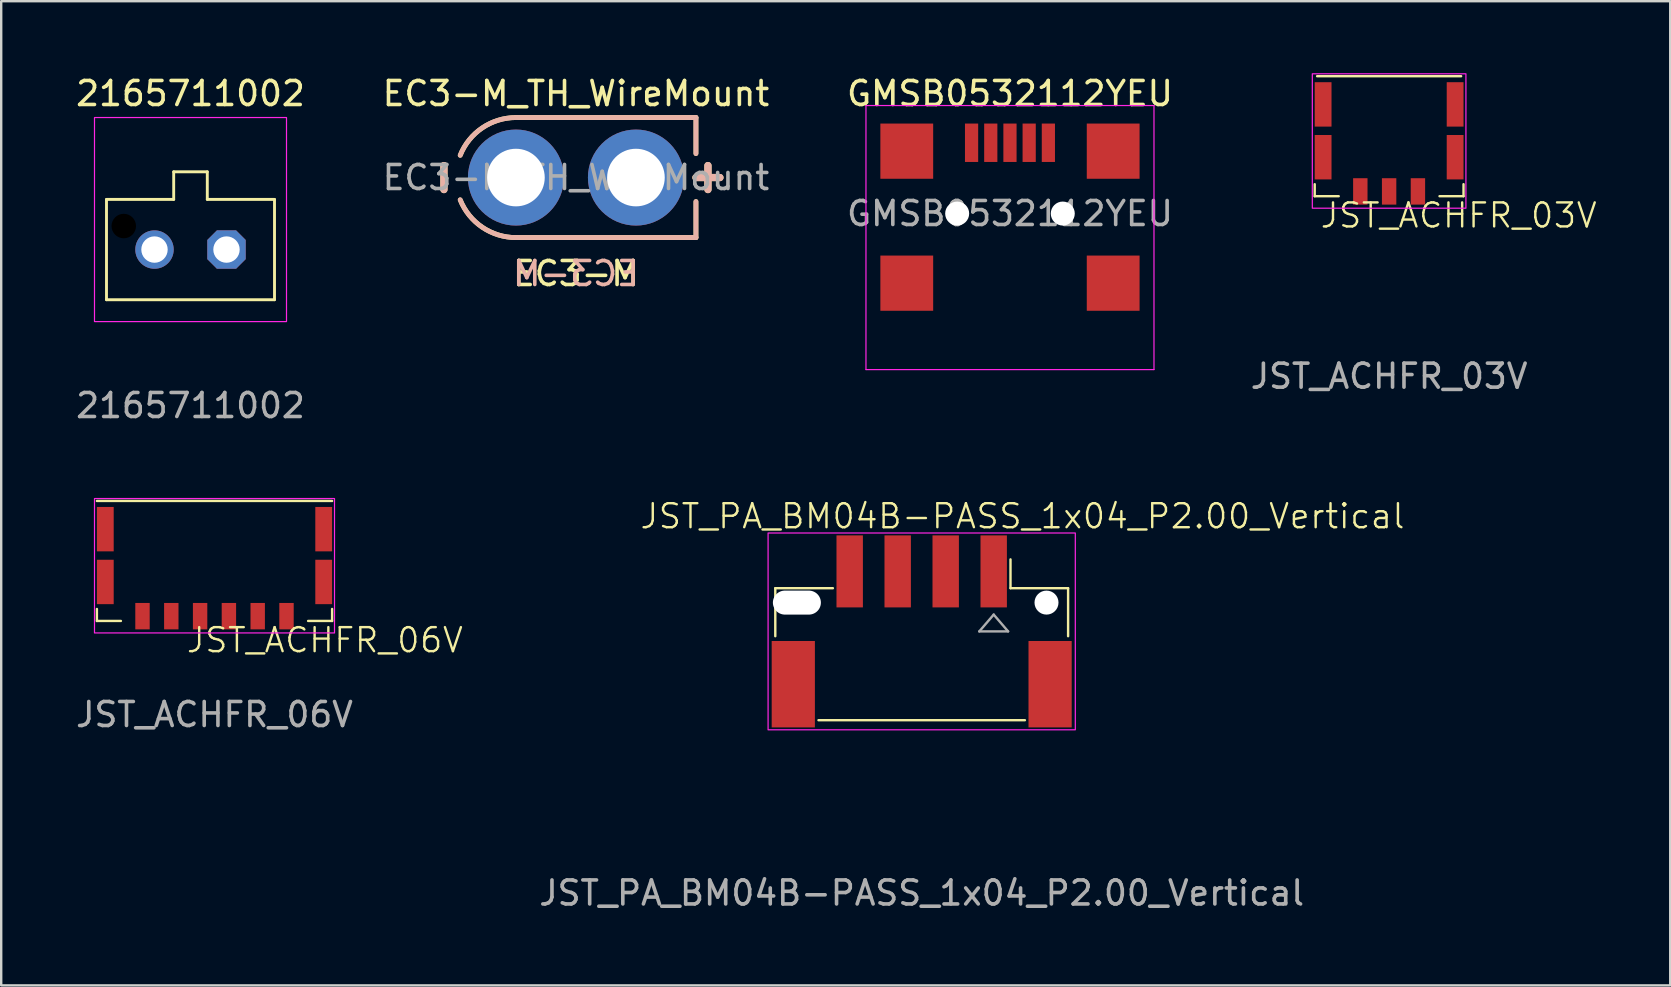
<source format=kicad_pcb>
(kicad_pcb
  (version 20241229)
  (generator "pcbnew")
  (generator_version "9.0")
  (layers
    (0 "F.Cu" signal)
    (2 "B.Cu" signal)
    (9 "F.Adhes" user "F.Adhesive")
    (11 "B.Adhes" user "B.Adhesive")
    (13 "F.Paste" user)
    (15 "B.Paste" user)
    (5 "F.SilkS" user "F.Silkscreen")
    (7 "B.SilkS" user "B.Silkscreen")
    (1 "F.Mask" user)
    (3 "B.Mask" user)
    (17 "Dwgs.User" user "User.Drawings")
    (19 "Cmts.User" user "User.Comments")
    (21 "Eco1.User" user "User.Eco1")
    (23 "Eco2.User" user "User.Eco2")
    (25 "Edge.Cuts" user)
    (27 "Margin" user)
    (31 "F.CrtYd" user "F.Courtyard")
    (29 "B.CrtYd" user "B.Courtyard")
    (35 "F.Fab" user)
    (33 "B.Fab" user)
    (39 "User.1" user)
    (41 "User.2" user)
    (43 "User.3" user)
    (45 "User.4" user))
  (footprint "EC3-M_TH_WireMount"
    (layer "F.Cu")
    (at 20.946 4.348)
    (property "Reference" "EC3-M_TH_WireMount" (at 0 -3.5 0) (layer "F.SilkS") (effects (font (size 1 1) (thickness 0.15))))
    (attr through_hole exclude_from_pos_files)
    (fp_line (start -5.5 -0.5) (end -5.5 0.5) (stroke (width 0.3) (type solid)) (layer "F.SilkS"))
    (fp_line (start -2.5 -2.5) (end 5 -2.5) (stroke (width 0.2) (type solid)) (layer "F.SilkS"))
    (fp_line (start -2.5 2.5) (end 5 2.5) (stroke (width 0.2) (type solid)) (layer "F.SilkS"))
    (fp_line (start 5 -1) (end 5 -2.5) (stroke (width 0.2) (type default)) (layer "F.SilkS"))
    (fp_line (start 5 0) (end 6 0) (stroke (width 0.3) (type solid)) (layer "F.SilkS"))
    (fp_line (start 5 1) (end 5 2.5) (stroke (width 0.2) (type default)) (layer "F.SilkS"))
    (fp_line (start 5.5 -0.5) (end 5.5 0.5) (stroke (width 0.3) (type solid)) (layer "F.SilkS"))
    (fp_arc (start -4.821192 -0.928477) (mid -3.901572 -2.070168) (end -2.5 -2.5) (stroke (width 0.2) (type default)) (layer "F.SilkS"))
    (fp_arc (start -2.5 2.499999) (mid -3.901572 2.070167) (end -4.821192 0.928476) (stroke (width 0.2) (type default)) (layer "F.SilkS"))
    (fp_line (start -5.5 -0.5) (end -5.5 0.5) (stroke (width 0.3) (type solid)) (layer "B.SilkS"))
    (fp_line (start -2.5 -2.5) (end 5 -2.5) (stroke (width 0.2) (type solid)) (layer "B.SilkS"))
    (fp_line (start -2.5 2.5) (end 5 2.5) (stroke (width 0.2) (type solid)) (layer "B.SilkS"))
    (fp_line (start 5 -1) (end 5 -2.5) (stroke (width 0.2) (type default)) (layer "B.SilkS"))
    (fp_line (start 5 1) (end 5 2.5) (stroke (width 0.2) (type default)) (layer "B.SilkS"))
    (fp_line (start 5.5 -0.5) (end 5.5 0.5) (stroke (width 0.3) (type solid)) (layer "B.SilkS"))
    (fp_line (start 6 0) (end 5 0) (stroke (width 0.3) (type solid)) (layer "B.SilkS"))
    (fp_arc (start -4.821192 -0.928478) (mid -3.901572 -2.070169) (end -2.5 -2.500001) (stroke (width 0.2) (type default)) (layer "B.SilkS"))
    (fp_arc (start -2.500001 2.500001) (mid -3.901573 2.070169) (end -4.821193 0.928478) (stroke (width 0.2) (type default)) (layer "B.SilkS"))
    (fp_text user "EC3-M" (at 0 4 0) (layer "F.SilkS") (effects (font (size 1 1) (thickness 0.15))))
    (fp_text user "EC3-M" (at 0 4 0) (layer "B.SilkS") (effects (font (size 1 1) (thickness 0.15)) (justify mirror)))
    (fp_text user "${REFERENCE}" (at 0 0 180) (layer "F.Fab") (effects (font (size 1 1) (thickness 0.15))))
    (pad "1" thru_hole circle (at -2.5 0) (size 4 4) (drill 2.4) (layers "*.Cu" "*.Mask"))
    (pad "2" thru_hole circle (at 2.5 0) (size 4 4) (drill 2.4) (layers "*.Cu" "*.Mask")))
  (footprint "JST_PA_BM04B-PASS_1x04_P2.00_Vertical"
    (layer "F.Cu")
    (at 35.352 22.257)
    (property "Reference" "JST_PA_BM04B-PASS_1x04_P2.00_Vertical" (at 4.2 -3.8 0) (unlocked yes) (layer "F.SilkS") (effects (font (size 1 1) (thickness 0.1))))
    (attr smd)
    (fp_line (start -6.1 -0.8) (end -3.7 -0.8) (stroke (width 0.1) (type default)) (layer "F.SilkS"))
    (fp_line (start -6.1 1.2) (end -6.1 -0.8) (stroke (width 0.1) (type default)) (layer "F.SilkS"))
    (fp_line (start 3.7 -0.8) (end 3.7 -2) (stroke (width 0.1) (type default)) (layer "F.SilkS"))
    (fp_line (start 3.7 -0.8) (end 6.1 -0.8) (stroke (width 0.1) (type default)) (layer "F.SilkS"))
    (fp_line (start 4.3 4.7) (end -4.3 4.7) (stroke (width 0.1) (type default)) (layer "F.SilkS"))
    (fp_line (start 6.1 -0.8) (end 6.1 1.2) (stroke (width 0.1) (type default)) (layer "F.SilkS"))
    (fp_rect (start -6.4 -3.1) (end 6.4 5.1) (stroke (width 0.05) (type default)) (fill no) (layer "F.CrtYd"))
    (fp_line (start 2.4 1) (end 3.6 1) (stroke (width 0.1) (type default)) (layer "F.Fab"))
    (fp_line (start 3 0.3) (end 2.4 1) (stroke (width 0.1) (type default)) (layer "F.Fab"))
    (fp_line (start 3.6 1) (end 3 0.3) (stroke (width 0.1) (type default)) (layer "F.Fab"))
    (fp_text user "${REFERENCE}" (at 0 11.9 0) (unlocked yes) (layer "F.Fab") (effects (font (size 1 1) (thickness 0.15))))
    (pad "" np_thru_hole oval (at -5.2 -0.2) (size 2 1) (drill oval 2 1) (layers "*.Cu" "*.Mask" "B.Adhes"))
    (pad "" np_thru_hole circle (at 5.2 -0.2) (size 1 1) (drill oval 1) (layers "*.Cu" "*.Mask" "B.Adhes"))
    (pad "1" smd rect (at 3 -1.5) (size 1.1 3) (layers "F.Cu" "F.Mask" "F.Paste"))
    (pad "2" smd rect (at 1 -1.5) (size 1.1 3) (layers "F.Cu" "F.Mask" "F.Paste"))
    (pad "3" smd rect (at -1 -1.5) (size 1.1 3) (layers "F.Cu" "F.Mask" "F.Paste"))
    (pad "4" smd rect (at -3 -1.5) (size 1.1 3) (layers "F.Cu" "F.Mask" "F.Paste"))
    (pad "MP" smd rect (at -5.35 3.2) (size 1.8 3.6) (layers "F.Cu" "F.Mask" "F.Paste"))
    (pad "MP" smd rect (at 5.35 3.2) (size 1.8 3.6) (layers "F.Cu" "F.Mask" "F.Paste")))
  (footprint "JST_ACHFR_06V"
    (layer "F.Cu")
    (at 5.887 22.822)
    (property "Reference" "JST_ACHFR_06V" (at 4.6 0.8 0) (unlocked yes) (layer "F.SilkS") (effects (font (size 1 1) (thickness 0.1))))
    (attr smd)
    (fp_line (start -4.9 0) (end -4.9 -0.5) (stroke (width 0.1) (type default)) (layer "F.SilkS"))
    (fp_line (start -4.9 0) (end -3.9 0) (stroke (width 0.1) (type default)) (layer "F.SilkS"))
    (fp_line (start 4.9 -5) (end -4.9 -5) (stroke (width 0.1) (type default)) (layer "F.SilkS"))
    (fp_line (start 4.9 0) (end 3.9 0) (stroke (width 0.1) (type default)) (layer "F.SilkS"))
    (fp_line (start 4.9 0) (end 4.9 -0.5) (stroke (width 0.1) (type default)) (layer "F.SilkS"))
    (fp_rect (start -5 -5.1) (end 5 0.5) (stroke (width 0.05) (type default)) (fill no) (layer "F.CrtYd"))
    (fp_text user "${REFERENCE}" (at 0 3.9 0) (unlocked yes) (layer "F.Fab") (effects (font (size 1 1) (thickness 0.15))))
    (pad "1" smd rect (at -3 -0.2) (size 0.6 1.1) (layers "F.Cu" "F.Mask" "F.Paste"))
    (pad "2" smd rect (at -1.8 -0.2) (size 0.6 1.1) (layers "F.Cu" "F.Mask" "F.Paste"))
    (pad "3" smd rect (at -0.6 -0.2) (size 0.6 1.1) (layers "F.Cu" "F.Mask" "F.Paste"))
    (pad "4" smd rect (at 0.6 -0.2) (size 0.6 1.1) (layers "F.Cu" "F.Mask" "F.Paste"))
    (pad "5" smd rect (at 1.8 -0.2) (size 0.6 1.1) (layers "F.Cu" "F.Mask" "F.Paste"))
    (pad "6" smd rect (at 3 -0.2) (size 0.6 1.1) (layers "F.Cu" "F.Mask" "F.Paste"))
    (pad "MP" smd rect (at -4.55 -3.825) (size 0.7 1.85) (layers "F.Cu" "F.Mask" "F.Paste"))
    (pad "MP" smd rect (at -4.55 -1.625) (size 0.7 1.85) (layers "F.Cu" "F.Mask" "F.Paste"))
    (pad "MP" smd rect (at 4.55 -3.825) (size 0.7 1.85) (layers "F.Cu" "F.Mask" "F.Paste"))
    (pad "MP" smd rect (at 4.55 -1.625) (size 0.7 1.85) (layers "F.Cu" "F.Mask" "F.Paste")))
  (footprint "JST_ACHFR_03V"
    (layer "F.Cu")
    (at 54.827 5.125)
    (property "Reference" "JST_ACHFR_03V" (at 2.9 0.8 0) (unlocked yes) (layer "F.SilkS") (effects (font (size 1 1) (thickness 0.1))))
    (attr smd)
    (fp_line (start -3.1 0) (end -3.1 -0.5) (stroke (width 0.1) (type default)) (layer "F.SilkS"))
    (fp_line (start -3.1 0) (end -2.1 0) (stroke (width 0.1) (type default)) (layer "F.SilkS"))
    (fp_line (start 3 -5) (end -3 -5) (stroke (width 0.1) (type default)) (layer "F.SilkS"))
    (fp_line (start 3.1 0) (end 2.1 0) (stroke (width 0.1) (type default)) (layer "F.SilkS"))
    (fp_line (start 3.1 0) (end 3.1 -0.5) (stroke (width 0.1) (type default)) (layer "F.SilkS"))
    (fp_rect (start -3.2 -5.1) (end 3.2 0.5) (stroke (width 0.05) (type default)) (fill no) (layer "F.CrtYd"))
    (fp_text user "${REFERENCE}" (at 0 7.5 0) (unlocked yes) (layer "F.Fab") (effects (font (size 1 1) (thickness 0.15))))
    (pad "1" smd rect (at -1.2 -0.2) (size 0.6 1.1) (layers "F.Cu" "F.Mask" "F.Paste"))
    (pad "2" smd rect (at 0 -0.2) (size 0.6 1.1) (layers "F.Cu" "F.Mask" "F.Paste"))
    (pad "3" smd rect (at 1.2 -0.2) (size 0.6 1.1) (layers "F.Cu" "F.Mask" "F.Paste"))
    (pad "MP" smd rect (at -2.75 -3.825) (size 0.7 1.85) (layers "F.Cu" "F.Mask" "F.Paste"))
    (pad "MP" smd rect (at -2.75 -1.625) (size 0.7 1.85) (layers "F.Cu" "F.Mask" "F.Paste"))
    (pad "MP" smd rect (at 2.75 -3.825) (size 0.7 1.85) (layers "F.Cu" "F.Mask" "F.Paste"))
    (pad "MP" smd rect (at 2.75 -1.625) (size 0.7 1.85) (layers "F.Cu" "F.Mask" "F.Paste")))
  (footprint "2165711002"
    (layer "F.Cu")
    (at 4.887 7.348)
    (property "Reference" "2165711002" (at 0 -6.5 0) (unlocked yes) (layer "F.SilkS") (effects (font (size 1 1) (thickness 0.15))))
    (attr through_hole)
    (fp_line (start -3.5 -2.09) (end -0.7 -2.09) (stroke (width 0.12) (type default)) (layer "F.SilkS"))
    (fp_line (start -3.5 2.09) (end -3.5 -2.09) (stroke (width 0.12) (type solid)) (layer "F.SilkS"))
    (fp_line (start -0.7 -3.24) (end 0.7 -3.24) (stroke (width 0.12) (type default)) (layer "F.SilkS"))
    (fp_line (start -0.7 -2.09) (end -0.7 -3.24) (stroke (width 0.12) (type default)) (layer "F.SilkS"))
    (fp_line (start 0.7 -3.24) (end 0.7 -2.09) (stroke (width 0.12) (type default)) (layer "F.SilkS"))
    (fp_line (start 0.7 -2.09) (end 3.5 -2.09) (stroke (width 0.12) (type default)) (layer "F.SilkS"))
    (fp_line (start 3.5 -2.09) (end 3.5 2.09) (stroke (width 0.12) (type solid)) (layer "F.SilkS"))
    (fp_line (start 3.5 2.09) (end -3.5 2.09) (stroke (width 0.12) (type solid)) (layer "F.SilkS"))
    (fp_rect (start -4 -5.5) (end 4 3) (stroke (width 0.05) (type default)) (fill no) (layer "F.CrtYd"))
    (fp_text user "${REFERENCE}" (at 0 6.5 0) (unlocked yes) (layer "F.Fab") (effects (font (size 1 1) (thickness 0.15))))
    (pad "" np_thru_hole circle (at -2.78 -0.98) (size 1.02 1.02) (drill 1.02) (layers "*.Mask"))
    (pad "1" thru_hole roundrect (at 1.5 0) (size 1.6 1.6) (drill 1.1) (layers "*.Cu" "*.Mask") (roundrect_rratio 0) (chamfer_ratio 0.25) (chamfer top_left top_right bottom_left bottom_right))
    (pad "2" thru_hole circle (at -1.5 0) (size 1.6 1.6) (drill 1.1) (layers "*.Cu" "*.Mask")))
  (footprint "GMSB0532112YEU"
    (layer "F.Cu")
    (at 39.03 5.848)
    (property "Reference" "GMSB0532112YEU" (at 0 -5 0) (layer "F.SilkS") (effects (font (size 1 1) (thickness 0.15))))
    (attr smd)
    (fp_line (start -6 -4.5) (end -6 6.5) (stroke (width 0.05) (type solid)) (layer "F.CrtYd"))
    (fp_line (start -6 6.5) (end 6 6.5) (stroke (width 0.05) (type solid)) (layer "F.CrtYd"))
    (fp_line (start 6 -4.5) (end -6 -4.5) (stroke (width 0.05) (type solid)) (layer "F.CrtYd"))
    (fp_line (start 6 -4.5) (end 6 6.5) (stroke (width 0.05) (type solid)) (layer "F.CrtYd"))
    (fp_text user "${REFERENCE}" (at 0 0 180) (layer "F.Fab") (effects (font (size 1 1) (thickness 0.15))))
    (pad "" np_thru_hole circle (at -2.2 0) (size 1 1) (drill 1) (layers "*.Cu" "*.Mask"))
    (pad "" np_thru_hole circle (at 2.2 0) (size 1 1) (drill 1) (layers "*.Cu" "*.Mask"))
    (pad "1" smd rect (at -1.6 -2.95) (size 0.55 1.6) (layers "F.Cu" "F.Mask" "F.Paste"))
    (pad "2" smd rect (at -0.8 -2.95) (size 0.55 1.6) (layers "F.Cu" "F.Mask" "F.Paste"))
    (pad "3" smd rect (at 0 -2.95) (size 0.55 1.6) (layers "F.Cu" "F.Mask" "F.Paste"))
    (pad "4" smd rect (at 0.8 -2.95) (size 0.55 1.6) (layers "F.Cu" "F.Mask" "F.Paste"))
    (pad "5" smd rect (at 1.6 -2.95) (size 0.55 1.6) (layers "F.Cu" "F.Mask" "F.Paste"))
    (pad "6" smd rect (at -4.3 -2.6) (size 2.2 2.3) (layers "F.Cu" "F.Mask" "F.Paste"))
    (pad "6" smd rect (at -4.3 2.9) (size 2.2 2.3) (layers "F.Cu" "F.Mask" "F.Paste"))
    (pad "6" smd rect (at 4.3 -2.6) (size 2.2 2.3) (layers "F.Cu" "F.Mask" "F.Paste"))
    (pad "6" smd rect (at 4.3 2.9) (size 2.2 2.3) (layers "F.Cu" "F.Mask" "F.Paste"))
    (zone (net_name "") (layer "F.Cu") (hatch edge 0.508) (connect_pads) (min_thickness 0.254) (filled_areas_thickness no) (keepout (tracks not_allowed) (vias not_allowed) (pads not_allowed) (copperpour not_allowed) (footprints not_allowed)) (placement (enabled no)) (fill) (polygon (pts (xy 40.53 9.898) (xy 42.88 9.898) (xy 42.88 11.723) (xy 35.18 11.723) (xy 35.18 9.898) (xy 37.53 9.898) (xy 37.53 8.073) (xy 40.53 8.073)))))
  (gr_rect
    (start -3 -3)
    (end 66.539 38.005)
    (stroke (width 0.1) (type default))
    (fill no)
    (layer "Edge.Cuts")))
</source>
